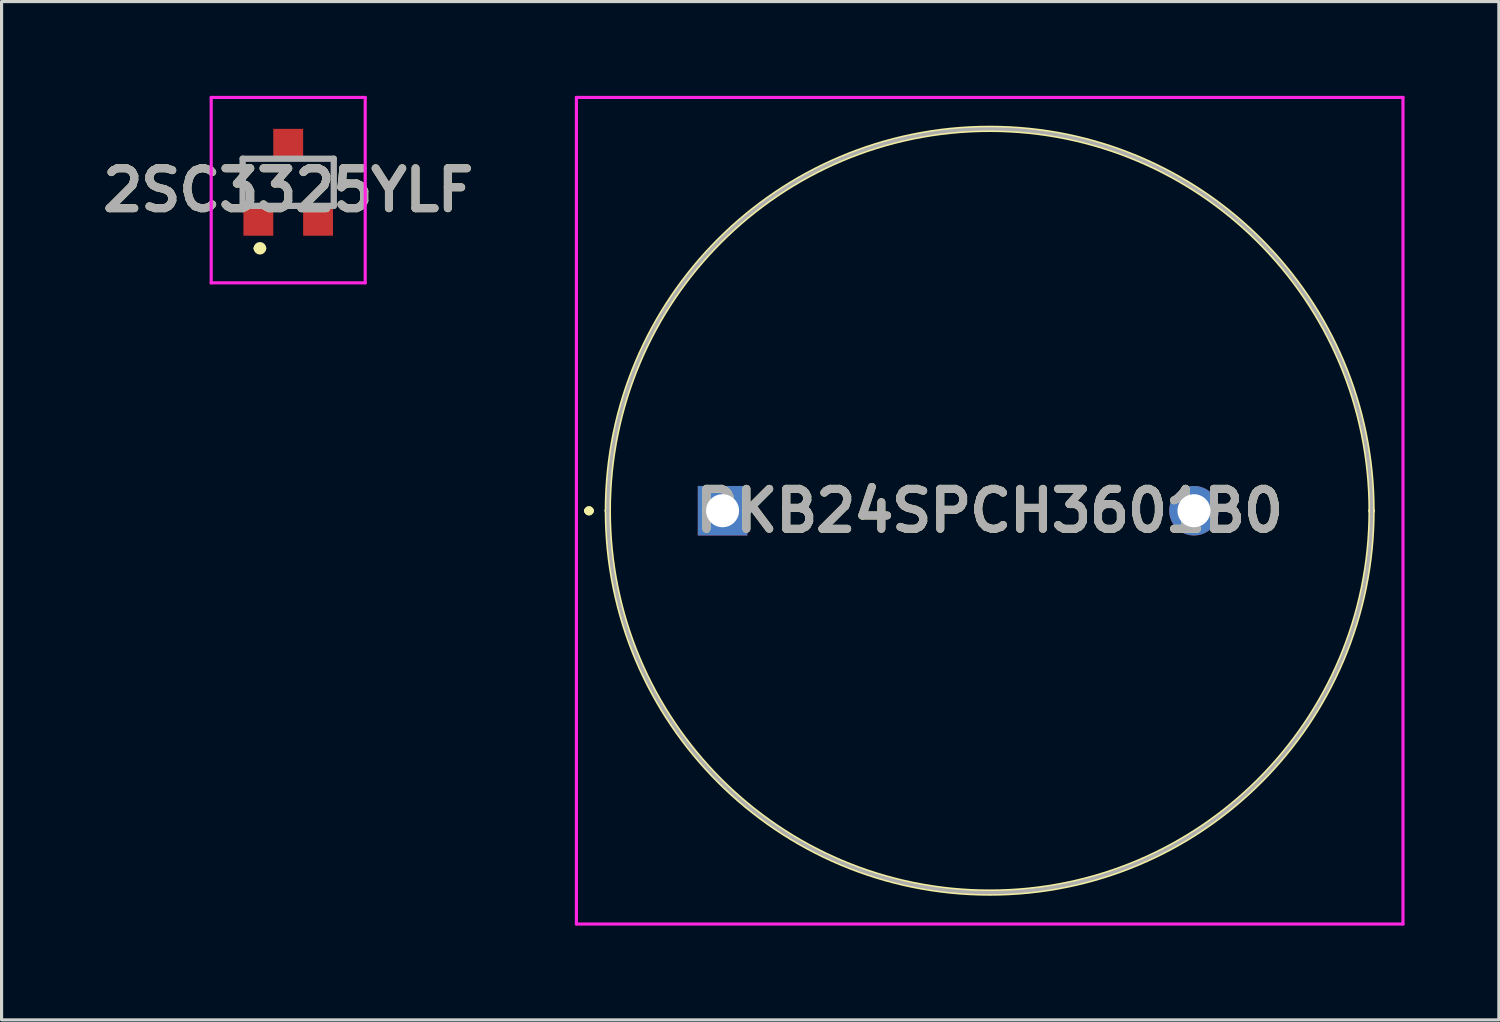
<source format=kicad_pcb>
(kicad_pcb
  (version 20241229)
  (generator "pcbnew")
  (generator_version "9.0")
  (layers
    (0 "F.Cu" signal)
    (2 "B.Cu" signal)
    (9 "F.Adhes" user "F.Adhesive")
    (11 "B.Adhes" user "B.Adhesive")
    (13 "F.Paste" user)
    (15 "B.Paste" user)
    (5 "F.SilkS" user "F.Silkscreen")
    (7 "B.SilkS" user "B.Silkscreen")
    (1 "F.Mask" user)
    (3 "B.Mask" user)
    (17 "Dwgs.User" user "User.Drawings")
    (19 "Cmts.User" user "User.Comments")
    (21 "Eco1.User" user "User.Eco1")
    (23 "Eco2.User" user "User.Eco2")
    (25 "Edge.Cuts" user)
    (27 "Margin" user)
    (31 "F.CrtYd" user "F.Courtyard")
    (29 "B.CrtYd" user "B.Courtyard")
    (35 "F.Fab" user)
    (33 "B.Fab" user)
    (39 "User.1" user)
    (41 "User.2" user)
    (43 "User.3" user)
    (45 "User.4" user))
  (footprint "2SC3325YLF"
    (layer "F.Cu")
    (at 6.12 3.25)
    (property "Reference" "2SC3325YLF" (at 0 -0.25 0) (layer "F.SilkS") (effects (font (size 1.27 1.27) (thickness 0.254))))
    (attr smd)
    (fp_line (start -1.45 -1.25) (end -0.8 -1.25) (stroke (width 0.1) (type solid)) (layer "F.SilkS"))
    (fp_line (start -1.45 -0.1) (end -1.45 -1.25) (stroke (width 0.1) (type solid)) (layer "F.SilkS"))
    (fp_line (start -1 1.6) (end -1 1.6) (stroke (width 0.2) (type solid)) (layer "F.SilkS"))
    (fp_line (start -0.8 1.6) (end -0.8 1.6) (stroke (width 0.2) (type solid)) (layer "F.SilkS"))
    (fp_line (start 0.8 -1.25) (end 1.45 -1.25) (stroke (width 0.1) (type solid)) (layer "F.SilkS"))
    (fp_line (start 1.45 -1.25) (end 1.45 -0.1) (stroke (width 0.1) (type solid)) (layer "F.SilkS"))
    (fp_arc (start -1 1.6) (mid -0.9 1.5) (end -0.8 1.6) (stroke (width 0.2) (type solid)) (layer "F.SilkS"))
    (fp_arc (start -0.8 1.6) (mid -0.9 1.7) (end -1 1.6) (stroke (width 0.2) (type solid)) (layer "F.SilkS"))
    (fp_line (start -2.45 -3.2) (end 2.45 -3.2) (stroke (width 0.1) (type solid)) (layer "F.CrtYd"))
    (fp_line (start -2.45 2.7) (end -2.45 -3.2) (stroke (width 0.1) (type solid)) (layer "F.CrtYd"))
    (fp_line (start 2.45 -3.2) (end 2.45 2.7) (stroke (width 0.1) (type solid)) (layer "F.CrtYd"))
    (fp_line (start 2.45 2.7) (end -2.45 2.7) (stroke (width 0.1) (type solid)) (layer "F.CrtYd"))
    (fp_line (start -1.45 -1.25) (end -1.45 0.25) (stroke (width 0.2) (type solid)) (layer "F.Fab"))
    (fp_line (start -1.45 0.25) (end 1.45 0.25) (stroke (width 0.2) (type solid)) (layer "F.Fab"))
    (fp_line (start 1.45 -1.25) (end -1.45 -1.25) (stroke (width 0.2) (type solid)) (layer "F.Fab"))
    (fp_line (start 1.45 0.25) (end 1.45 -1.25) (stroke (width 0.2) (type solid)) (layer "F.Fab"))
    (fp_text user "${REFERENCE}" (at 0 -0.25 0) (layer "F.Fab") (effects (font (size 1.27 1.27) (thickness 0.254))))
    (pad "1" smd rect (at -0.95 0.7) (size 0.95 1) (layers "F.Cu" "F.Mask" "F.Paste"))
    (pad "2" smd rect (at 0.95 0.7) (size 0.95 1) (layers "F.Cu" "F.Mask" "F.Paste"))
    (pad "3" smd rect (at 0 -1.7) (size 0.95 1) (layers "F.Cu" "F.Mask" "F.Paste")))
  (footprint "PKB24SPCH3601B0"
    (layer "F.Cu")
    (at 19.94 13.2)
    (property "Reference" "PKB24SPCH3601B0" (at 8.5 0 0) (layer "F.SilkS") (effects (font (size 1.27 1.27) (thickness 0.254))))
    (attr through_hole)
    (fp_line (start -4.3 0) (end -4.3 0) (stroke (width 0.2) (type solid)) (layer "F.SilkS"))
    (fp_line (start -4.3 0) (end -4.3 0) (stroke (width 0.2) (type solid)) (layer "F.SilkS"))
    (fp_line (start -4.2 0) (end -4.2 0) (stroke (width 0.2) (type solid)) (layer "F.SilkS"))
    (fp_line (start -3.65 0) (end -3.65 0) (stroke (width 0.2) (type solid)) (layer "F.SilkS"))
    (fp_line (start 20.65 0) (end 20.65 0) (stroke (width 0.2) (type solid)) (layer "F.SilkS"))
    (fp_arc (start -4.3 0) (mid -4.25 -0.05) (end -4.2 0) (stroke (width 0.2) (type solid)) (layer "F.SilkS"))
    (fp_arc (start -4.2 0) (mid -4.25 0.05) (end -4.3 0) (stroke (width 0.2) (type solid)) (layer "F.SilkS"))
    (fp_arc (start -4.2 0) (mid -4.25 0.05) (end -4.3 0) (stroke (width 0.2) (type solid)) (layer "F.SilkS"))
    (fp_arc (start -3.65 0) (mid 8.5 -12.15) (end 20.65 0) (stroke (width 0.2) (type solid)) (layer "F.SilkS"))
    (fp_arc (start 20.65 0) (mid 8.5 12.15) (end -3.65 0) (stroke (width 0.2) (type solid)) (layer "F.SilkS"))
    (fp_line (start -4.65 -13.15) (end 21.65 -13.15) (stroke (width 0.1) (type solid)) (layer "F.CrtYd"))
    (fp_line (start -4.65 13.15) (end -4.65 -13.15) (stroke (width 0.1) (type solid)) (layer "F.CrtYd"))
    (fp_line (start 21.65 -13.15) (end 21.65 13.15) (stroke (width 0.1) (type solid)) (layer "F.CrtYd"))
    (fp_line (start 21.65 13.15) (end -4.65 13.15) (stroke (width 0.1) (type solid)) (layer "F.CrtYd"))
    (fp_line (start -3.65 0) (end -3.65 0) (stroke (width 0.1) (type solid)) (layer "F.Fab"))
    (fp_line (start 20.65 0) (end 20.65 0) (stroke (width 0.1) (type solid)) (layer "F.Fab"))
    (fp_arc (start -3.65 0) (mid 8.5 -12.15) (end 20.65 0) (stroke (width 0.1) (type solid)) (layer "F.Fab"))
    (fp_arc (start 20.65 0) (mid 8.5 12.15) (end -3.65 0) (stroke (width 0.1) (type solid)) (layer "F.Fab"))
    (fp_text user "${REFERENCE}" (at 8.5 0 0) (layer "F.Fab") (effects (font (size 1.27 1.27) (thickness 0.254))))
    (pad "1" thru_hole rect (at 0 0) (size 1.575 1.575) (drill 1.05) (layers "*.Cu" "*.Mask"))
    (pad "2" thru_hole circle (at 15 0) (size 1.575 1.575) (drill 1.05) (layers "*.Cu" "*.Mask")))
  (gr_rect
    (start -3 -3)
    (end 44.64 29.4)
    (stroke (width 0.1) (type default))
    (fill no)
    (layer "Edge.Cuts")))
</source>
